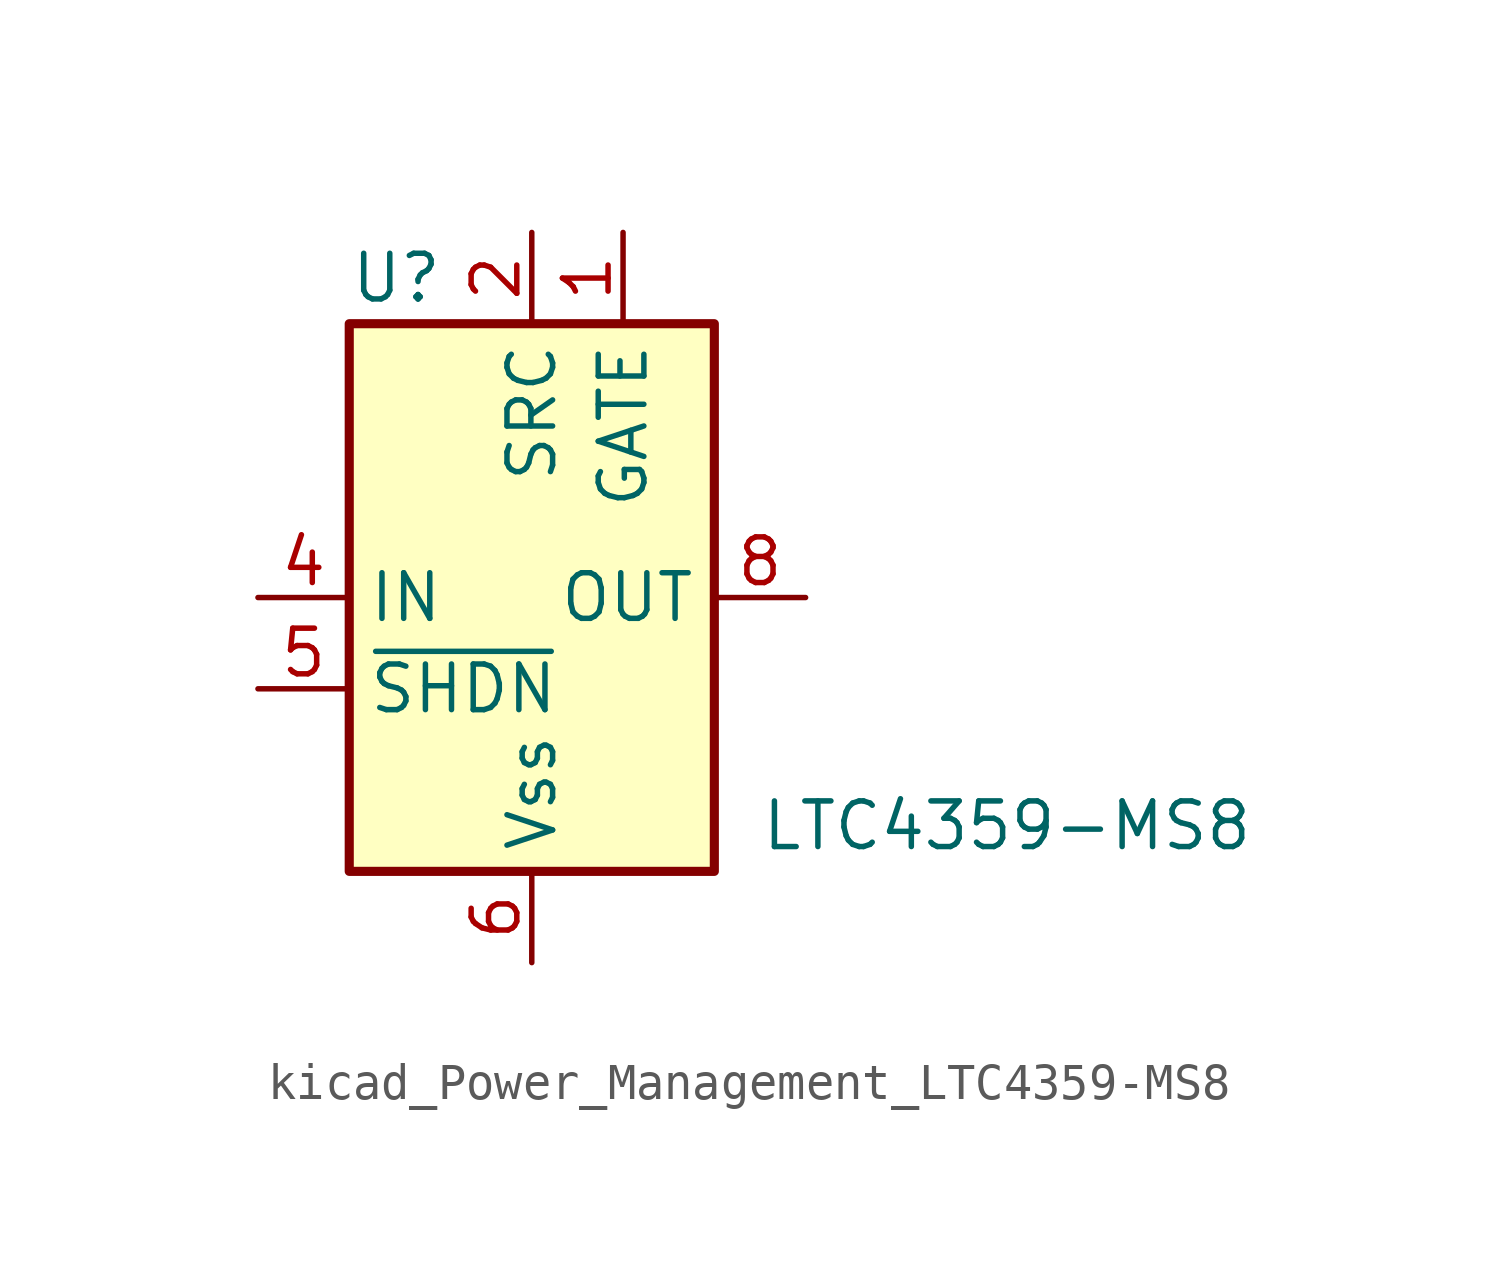
<source format=kicad_sym>
(kicad_symbol_lib
  (version 20220914)
  (generator kicad_symbol_editor)
  (symbol "kicad_Power_Management_LTC4359-MS8"
    (property "Reference" "U"
      (at -5.08 8.89 0)
      (effects (font (size 1.27 1.27)) (justify left)))
    (property "Value" "LTC4359-MS8"
      (at 6.35 -6.35 0)
      (effects (font (size 1.27 1.27)) (justify left)))
    (symbol "kicad_Power_Management_LTC4359-MS8_0_1"
      (rectangle (start -5.08 7.62) (end 5.08 -7.62) (stroke (width 0.254) (type default)) (fill (type background))))
    (symbol "kicad_Power_Management_LTC4359-MS8_1_1"
      (pin output line (at 2.54 10.16 270) (length 2.54) (name "GATE" (effects (font (size 1.27 1.27)))) (number "1" (effects (font (size 1.27 1.27)))))
      (pin input line (at 0 10.16 270) (length 2.54) (name "SRC" (effects (font (size 1.27 1.27)))) (number "2" (effects (font (size 1.27 1.27)))))
      (pin no_connect line (at -2.54 -7.62 90) (length 2.54) hide (name "NC" (effects (font (size 1.27 1.27)))) (number "3" (effects (font (size 1.27 1.27)))))
      (pin power_in line (at -7.62 0 0) (length 2.54) (name "IN" (effects (font (size 1.27 1.27)))) (number "4" (effects (font (size 1.27 1.27)))))
      (pin input line (at -7.62 -2.54 0) (length 2.54) (name "~{SHDN}" (effects (font (size 1.27 1.27)))) (number "5" (effects (font (size 1.27 1.27)))))
      (pin power_in line (at 0 -10.16 90) (length 2.54) (name "Vss" (effects (font (size 1.27 1.27)))) (number "6" (effects (font (size 1.27 1.27)))))
      (pin no_connect line (at 2.54 -7.62 90) (length 2.54) hide (name "NC" (effects (font (size 1.27 1.27)))) (number "7" (effects (font (size 1.27 1.27)))))
      (pin input line (at 7.62 0 180) (length 2.54) (name "OUT" (effects (font (size 1.27 1.27)))) (number "8" (effects (font (size 1.27 1.27))))))))
</source>
